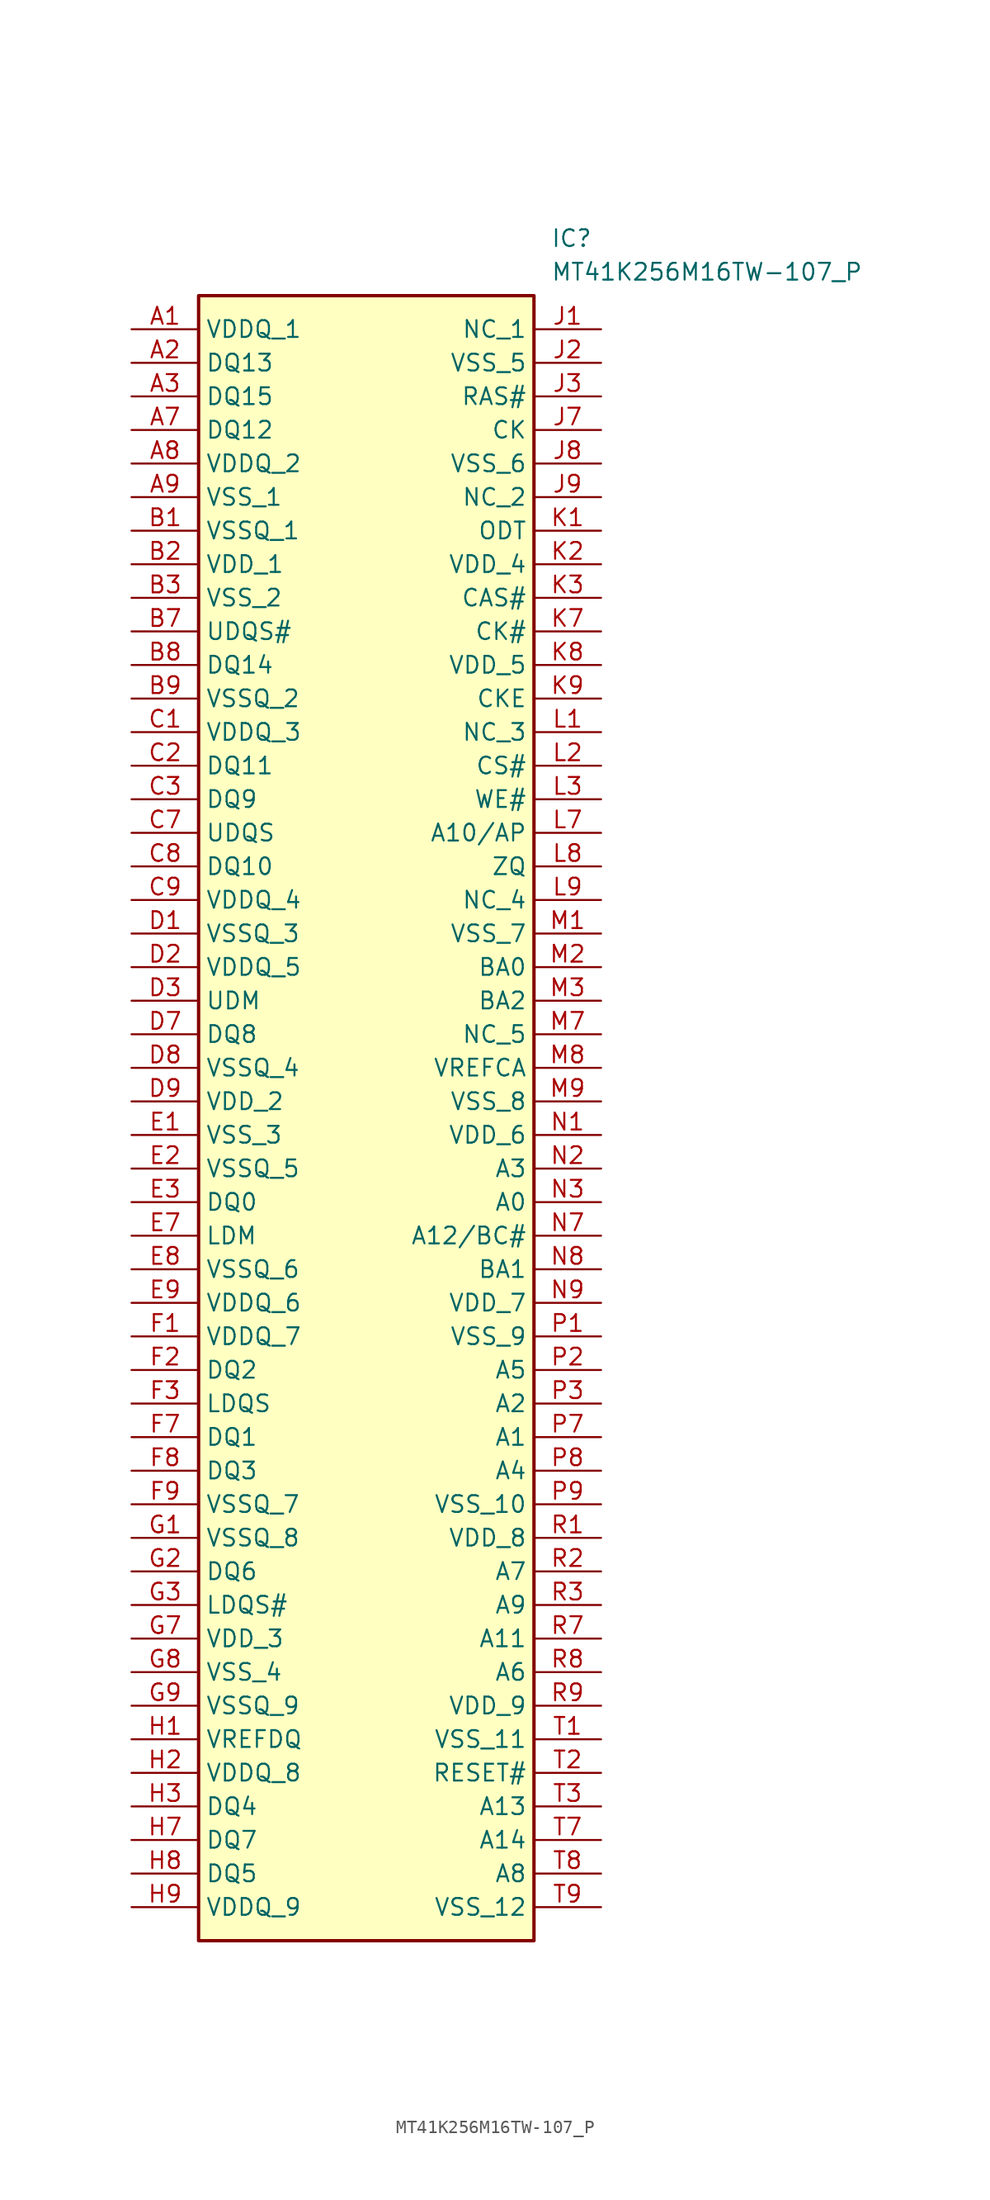
<source format=kicad_sym>
(kicad_symbol_lib
  (version 20211014)
  (generator SamacSys_ECAD_Model)
  (symbol "MT41K256M16TW-107_P"
    (property "Reference" "IC"
      (at 31.75 7.62 0)
      (effects (font (size 1.27 1.27)) (justify left top)))
    (property "Value" "MT41K256M16TW-107_P"
      (at 31.75 5.08 0)
      (effects (font (size 1.27 1.27)) (justify left top)))
    (rectangle
      (start 5.08 2.54)
      (end 30.48 -121.92)
      (stroke (width 0.254) (type default))
      (fill (type background)))
    (pin passive line
      (at 0 0 0)
      (length 5.08)
      (name "VDDQ_1" (effects (font (size 1.27 1.27))))
      (number "A1" (effects (font (size 1.27 1.27)))))
    (pin passive line
      (at 0 -2.54 0)
      (length 5.08)
      (name "DQ13" (effects (font (size 1.27 1.27))))
      (number "A2" (effects (font (size 1.27 1.27)))))
    (pin passive line
      (at 0 -5.08 0)
      (length 5.08)
      (name "DQ15" (effects (font (size 1.27 1.27))))
      (number "A3" (effects (font (size 1.27 1.27)))))
    (pin passive line
      (at 0 -7.62 0)
      (length 5.08)
      (name "DQ12" (effects (font (size 1.27 1.27))))
      (number "A7" (effects (font (size 1.27 1.27)))))
    (pin passive line
      (at 0 -10.16 0)
      (length 5.08)
      (name "VDDQ_2" (effects (font (size 1.27 1.27))))
      (number "A8" (effects (font (size 1.27 1.27)))))
    (pin passive line
      (at 0 -12.7 0)
      (length 5.08)
      (name "VSS_1" (effects (font (size 1.27 1.27))))
      (number "A9" (effects (font (size 1.27 1.27)))))
    (pin passive line
      (at 0 -15.24 0)
      (length 5.08)
      (name "VSSQ_1" (effects (font (size 1.27 1.27))))
      (number "B1" (effects (font (size 1.27 1.27)))))
    (pin passive line
      (at 0 -17.78 0)
      (length 5.08)
      (name "VDD_1" (effects (font (size 1.27 1.27))))
      (number "B2" (effects (font (size 1.27 1.27)))))
    (pin passive line
      (at 0 -20.32 0)
      (length 5.08)
      (name "VSS_2" (effects (font (size 1.27 1.27))))
      (number "B3" (effects (font (size 1.27 1.27)))))
    (pin passive line
      (at 0 -22.86 0)
      (length 5.08)
      (name "UDQS#" (effects (font (size 1.27 1.27))))
      (number "B7" (effects (font (size 1.27 1.27)))))
    (pin passive line
      (at 0 -25.4 0)
      (length 5.08)
      (name "DQ14" (effects (font (size 1.27 1.27))))
      (number "B8" (effects (font (size 1.27 1.27)))))
    (pin passive line
      (at 0 -27.94 0)
      (length 5.08)
      (name "VSSQ_2" (effects (font (size 1.27 1.27))))
      (number "B9" (effects (font (size 1.27 1.27)))))
    (pin passive line
      (at 0 -30.48 0)
      (length 5.08)
      (name "VDDQ_3" (effects (font (size 1.27 1.27))))
      (number "C1" (effects (font (size 1.27 1.27)))))
    (pin passive line
      (at 0 -33.02 0)
      (length 5.08)
      (name "DQ11" (effects (font (size 1.27 1.27))))
      (number "C2" (effects (font (size 1.27 1.27)))))
    (pin passive line
      (at 0 -35.56 0)
      (length 5.08)
      (name "DQ9" (effects (font (size 1.27 1.27))))
      (number "C3" (effects (font (size 1.27 1.27)))))
    (pin passive line
      (at 0 -38.1 0)
      (length 5.08)
      (name "UDQS" (effects (font (size 1.27 1.27))))
      (number "C7" (effects (font (size 1.27 1.27)))))
    (pin passive line
      (at 0 -40.64 0)
      (length 5.08)
      (name "DQ10" (effects (font (size 1.27 1.27))))
      (number "C8" (effects (font (size 1.27 1.27)))))
    (pin passive line
      (at 0 -43.18 0)
      (length 5.08)
      (name "VDDQ_4" (effects (font (size 1.27 1.27))))
      (number "C9" (effects (font (size 1.27 1.27)))))
    (pin passive line
      (at 0 -45.72 0)
      (length 5.08)
      (name "VSSQ_3" (effects (font (size 1.27 1.27))))
      (number "D1" (effects (font (size 1.27 1.27)))))
    (pin passive line
      (at 0 -48.26 0)
      (length 5.08)
      (name "VDDQ_5" (effects (font (size 1.27 1.27))))
      (number "D2" (effects (font (size 1.27 1.27)))))
    (pin passive line
      (at 0 -50.8 0)
      (length 5.08)
      (name "UDM" (effects (font (size 1.27 1.27))))
      (number "D3" (effects (font (size 1.27 1.27)))))
    (pin passive line
      (at 0 -53.34 0)
      (length 5.08)
      (name "DQ8" (effects (font (size 1.27 1.27))))
      (number "D7" (effects (font (size 1.27 1.27)))))
    (pin passive line
      (at 0 -55.88 0)
      (length 5.08)
      (name "VSSQ_4" (effects (font (size 1.27 1.27))))
      (number "D8" (effects (font (size 1.27 1.27)))))
    (pin passive line
      (at 0 -58.42 0)
      (length 5.08)
      (name "VDD_2" (effects (font (size 1.27 1.27))))
      (number "D9" (effects (font (size 1.27 1.27)))))
    (pin passive line
      (at 0 -60.96 0)
      (length 5.08)
      (name "VSS_3" (effects (font (size 1.27 1.27))))
      (number "E1" (effects (font (size 1.27 1.27)))))
    (pin passive line
      (at 0 -63.5 0)
      (length 5.08)
      (name "VSSQ_5" (effects (font (size 1.27 1.27))))
      (number "E2" (effects (font (size 1.27 1.27)))))
    (pin passive line
      (at 0 -66.04 0)
      (length 5.08)
      (name "DQ0" (effects (font (size 1.27 1.27))))
      (number "E3" (effects (font (size 1.27 1.27)))))
    (pin passive line
      (at 0 -68.58 0)
      (length 5.08)
      (name "LDM" (effects (font (size 1.27 1.27))))
      (number "E7" (effects (font (size 1.27 1.27)))))
    (pin passive line
      (at 0 -71.12 0)
      (length 5.08)
      (name "VSSQ_6" (effects (font (size 1.27 1.27))))
      (number "E8" (effects (font (size 1.27 1.27)))))
    (pin passive line
      (at 0 -73.66 0)
      (length 5.08)
      (name "VDDQ_6" (effects (font (size 1.27 1.27))))
      (number "E9" (effects (font (size 1.27 1.27)))))
    (pin passive line
      (at 0 -76.2 0)
      (length 5.08)
      (name "VDDQ_7" (effects (font (size 1.27 1.27))))
      (number "F1" (effects (font (size 1.27 1.27)))))
    (pin passive line
      (at 0 -78.74 0)
      (length 5.08)
      (name "DQ2" (effects (font (size 1.27 1.27))))
      (number "F2" (effects (font (size 1.27 1.27)))))
    (pin passive line
      (at 0 -81.28 0)
      (length 5.08)
      (name "LDQS" (effects (font (size 1.27 1.27))))
      (number "F3" (effects (font (size 1.27 1.27)))))
    (pin passive line
      (at 0 -83.82 0)
      (length 5.08)
      (name "DQ1" (effects (font (size 1.27 1.27))))
      (number "F7" (effects (font (size 1.27 1.27)))))
    (pin passive line
      (at 0 -86.36 0)
      (length 5.08)
      (name "DQ3" (effects (font (size 1.27 1.27))))
      (number "F8" (effects (font (size 1.27 1.27)))))
    (pin passive line
      (at 0 -88.9 0)
      (length 5.08)
      (name "VSSQ_7" (effects (font (size 1.27 1.27))))
      (number "F9" (effects (font (size 1.27 1.27)))))
    (pin passive line
      (at 0 -91.44 0)
      (length 5.08)
      (name "VSSQ_8" (effects (font (size 1.27 1.27))))
      (number "G1" (effects (font (size 1.27 1.27)))))
    (pin passive line
      (at 0 -93.98 0)
      (length 5.08)
      (name "DQ6" (effects (font (size 1.27 1.27))))
      (number "G2" (effects (font (size 1.27 1.27)))))
    (pin passive line
      (at 0 -96.52 0)
      (length 5.08)
      (name "LDQS#" (effects (font (size 1.27 1.27))))
      (number "G3" (effects (font (size 1.27 1.27)))))
    (pin passive line
      (at 0 -99.06 0)
      (length 5.08)
      (name "VDD_3" (effects (font (size 1.27 1.27))))
      (number "G7" (effects (font (size 1.27 1.27)))))
    (pin passive line
      (at 0 -101.6 0)
      (length 5.08)
      (name "VSS_4" (effects (font (size 1.27 1.27))))
      (number "G8" (effects (font (size 1.27 1.27)))))
    (pin passive line
      (at 0 -104.14 0)
      (length 5.08)
      (name "VSSQ_9" (effects (font (size 1.27 1.27))))
      (number "G9" (effects (font (size 1.27 1.27)))))
    (pin passive line
      (at 0 -106.68 0)
      (length 5.08)
      (name "VREFDQ" (effects (font (size 1.27 1.27))))
      (number "H1" (effects (font (size 1.27 1.27)))))
    (pin passive line
      (at 0 -109.22 0)
      (length 5.08)
      (name "VDDQ_8" (effects (font (size 1.27 1.27))))
      (number "H2" (effects (font (size 1.27 1.27)))))
    (pin passive line
      (at 0 -111.76 0)
      (length 5.08)
      (name "DQ4" (effects (font (size 1.27 1.27))))
      (number "H3" (effects (font (size 1.27 1.27)))))
    (pin passive line
      (at 0 -114.3 0)
      (length 5.08)
      (name "DQ7" (effects (font (size 1.27 1.27))))
      (number "H7" (effects (font (size 1.27 1.27)))))
    (pin passive line
      (at 0 -116.84 0)
      (length 5.08)
      (name "DQ5" (effects (font (size 1.27 1.27))))
      (number "H8" (effects (font (size 1.27 1.27)))))
    (pin passive line
      (at 0 -119.38 0)
      (length 5.08)
      (name "VDDQ_9" (effects (font (size 1.27 1.27))))
      (number "H9" (effects (font (size 1.27 1.27)))))
    (pin passive line
      (at 35.56 0 180)
      (length 5.08)
      (name "NC_1" (effects (font (size 1.27 1.27))))
      (number "J1" (effects (font (size 1.27 1.27)))))
    (pin passive line
      (at 35.56 -2.54 180)
      (length 5.08)
      (name "VSS_5" (effects (font (size 1.27 1.27))))
      (number "J2" (effects (font (size 1.27 1.27)))))
    (pin passive line
      (at 35.56 -5.08 180)
      (length 5.08)
      (name "RAS#" (effects (font (size 1.27 1.27))))
      (number "J3" (effects (font (size 1.27 1.27)))))
    (pin passive line
      (at 35.56 -7.62 180)
      (length 5.08)
      (name "CK" (effects (font (size 1.27 1.27))))
      (number "J7" (effects (font (size 1.27 1.27)))))
    (pin passive line
      (at 35.56 -10.16 180)
      (length 5.08)
      (name "VSS_6" (effects (font (size 1.27 1.27))))
      (number "J8" (effects (font (size 1.27 1.27)))))
    (pin passive line
      (at 35.56 -12.7 180)
      (length 5.08)
      (name "NC_2" (effects (font (size 1.27 1.27))))
      (number "J9" (effects (font (size 1.27 1.27)))))
    (pin passive line
      (at 35.56 -15.24 180)
      (length 5.08)
      (name "ODT" (effects (font (size 1.27 1.27))))
      (number "K1" (effects (font (size 1.27 1.27)))))
    (pin passive line
      (at 35.56 -17.78 180)
      (length 5.08)
      (name "VDD_4" (effects (font (size 1.27 1.27))))
      (number "K2" (effects (font (size 1.27 1.27)))))
    (pin passive line
      (at 35.56 -20.32 180)
      (length 5.08)
      (name "CAS#" (effects (font (size 1.27 1.27))))
      (number "K3" (effects (font (size 1.27 1.27)))))
    (pin passive line
      (at 35.56 -22.86 180)
      (length 5.08)
      (name "CK#" (effects (font (size 1.27 1.27))))
      (number "K7" (effects (font (size 1.27 1.27)))))
    (pin passive line
      (at 35.56 -25.4 180)
      (length 5.08)
      (name "VDD_5" (effects (font (size 1.27 1.27))))
      (number "K8" (effects (font (size 1.27 1.27)))))
    (pin passive line
      (at 35.56 -27.94 180)
      (length 5.08)
      (name "CKE" (effects (font (size 1.27 1.27))))
      (number "K9" (effects (font (size 1.27 1.27)))))
    (pin passive line
      (at 35.56 -30.48 180)
      (length 5.08)
      (name "NC_3" (effects (font (size 1.27 1.27))))
      (number "L1" (effects (font (size 1.27 1.27)))))
    (pin passive line
      (at 35.56 -33.02 180)
      (length 5.08)
      (name "CS#" (effects (font (size 1.27 1.27))))
      (number "L2" (effects (font (size 1.27 1.27)))))
    (pin passive line
      (at 35.56 -35.56 180)
      (length 5.08)
      (name "WE#" (effects (font (size 1.27 1.27))))
      (number "L3" (effects (font (size 1.27 1.27)))))
    (pin passive line
      (at 35.56 -38.1 180)
      (length 5.08)
      (name "A10/AP" (effects (font (size 1.27 1.27))))
      (number "L7" (effects (font (size 1.27 1.27)))))
    (pin passive line
      (at 35.56 -40.64 180)
      (length 5.08)
      (name "ZQ" (effects (font (size 1.27 1.27))))
      (number "L8" (effects (font (size 1.27 1.27)))))
    (pin passive line
      (at 35.56 -43.18 180)
      (length 5.08)
      (name "NC_4" (effects (font (size 1.27 1.27))))
      (number "L9" (effects (font (size 1.27 1.27)))))
    (pin passive line
      (at 35.56 -45.72 180)
      (length 5.08)
      (name "VSS_7" (effects (font (size 1.27 1.27))))
      (number "M1" (effects (font (size 1.27 1.27)))))
    (pin passive line
      (at 35.56 -48.26 180)
      (length 5.08)
      (name "BA0" (effects (font (size 1.27 1.27))))
      (number "M2" (effects (font (size 1.27 1.27)))))
    (pin passive line
      (at 35.56 -50.8 180)
      (length 5.08)
      (name "BA2" (effects (font (size 1.27 1.27))))
      (number "M3" (effects (font (size 1.27 1.27)))))
    (pin passive line
      (at 35.56 -53.34 180)
      (length 5.08)
      (name "NC_5" (effects (font (size 1.27 1.27))))
      (number "M7" (effects (font (size 1.27 1.27)))))
    (pin passive line
      (at 35.56 -55.88 180)
      (length 5.08)
      (name "VREFCA" (effects (font (size 1.27 1.27))))
      (number "M8" (effects (font (size 1.27 1.27)))))
    (pin passive line
      (at 35.56 -58.42 180)
      (length 5.08)
      (name "VSS_8" (effects (font (size 1.27 1.27))))
      (number "M9" (effects (font (size 1.27 1.27)))))
    (pin passive line
      (at 35.56 -60.96 180)
      (length 5.08)
      (name "VDD_6" (effects (font (size 1.27 1.27))))
      (number "N1" (effects (font (size 1.27 1.27)))))
    (pin passive line
      (at 35.56 -63.5 180)
      (length 5.08)
      (name "A3" (effects (font (size 1.27 1.27))))
      (number "N2" (effects (font (size 1.27 1.27)))))
    (pin passive line
      (at 35.56 -66.04 180)
      (length 5.08)
      (name "A0" (effects (font (size 1.27 1.27))))
      (number "N3" (effects (font (size 1.27 1.27)))))
    (pin passive line
      (at 35.56 -68.58 180)
      (length 5.08)
      (name "A12/BC#" (effects (font (size 1.27 1.27))))
      (number "N7" (effects (font (size 1.27 1.27)))))
    (pin passive line
      (at 35.56 -71.12 180)
      (length 5.08)
      (name "BA1" (effects (font (size 1.27 1.27))))
      (number "N8" (effects (font (size 1.27 1.27)))))
    (pin passive line
      (at 35.56 -73.66 180)
      (length 5.08)
      (name "VDD_7" (effects (font (size 1.27 1.27))))
      (number "N9" (effects (font (size 1.27 1.27)))))
    (pin passive line
      (at 35.56 -76.2 180)
      (length 5.08)
      (name "VSS_9" (effects (font (size 1.27 1.27))))
      (number "P1" (effects (font (size 1.27 1.27)))))
    (pin passive line
      (at 35.56 -78.74 180)
      (length 5.08)
      (name "A5" (effects (font (size 1.27 1.27))))
      (number "P2" (effects (font (size 1.27 1.27)))))
    (pin passive line
      (at 35.56 -81.28 180)
      (length 5.08)
      (name "A2" (effects (font (size 1.27 1.27))))
      (number "P3" (effects (font (size 1.27 1.27)))))
    (pin passive line
      (at 35.56 -83.82 180)
      (length 5.08)
      (name "A1" (effects (font (size 1.27 1.27))))
      (number "P7" (effects (font (size 1.27 1.27)))))
    (pin passive line
      (at 35.56 -86.36 180)
      (length 5.08)
      (name "A4" (effects (font (size 1.27 1.27))))
      (number "P8" (effects (font (size 1.27 1.27)))))
    (pin passive line
      (at 35.56 -88.9 180)
      (length 5.08)
      (name "VSS_10" (effects (font (size 1.27 1.27))))
      (number "P9" (effects (font (size 1.27 1.27)))))
    (pin passive line
      (at 35.56 -91.44 180)
      (length 5.08)
      (name "VDD_8" (effects (font (size 1.27 1.27))))
      (number "R1" (effects (font (size 1.27 1.27)))))
    (pin passive line
      (at 35.56 -93.98 180)
      (length 5.08)
      (name "A7" (effects (font (size 1.27 1.27))))
      (number "R2" (effects (font (size 1.27 1.27)))))
    (pin passive line
      (at 35.56 -96.52 180)
      (length 5.08)
      (name "A9" (effects (font (size 1.27 1.27))))
      (number "R3" (effects (font (size 1.27 1.27)))))
    (pin passive line
      (at 35.56 -99.06 180)
      (length 5.08)
      (name "A11" (effects (font (size 1.27 1.27))))
      (number "R7" (effects (font (size 1.27 1.27)))))
    (pin passive line
      (at 35.56 -101.6 180)
      (length 5.08)
      (name "A6" (effects (font (size 1.27 1.27))))
      (number "R8" (effects (font (size 1.27 1.27)))))
    (pin passive line
      (at 35.56 -104.14 180)
      (length 5.08)
      (name "VDD_9" (effects (font (size 1.27 1.27))))
      (number "R9" (effects (font (size 1.27 1.27)))))
    (pin passive line
      (at 35.56 -106.68 180)
      (length 5.08)
      (name "VSS_11" (effects (font (size 1.27 1.27))))
      (number "T1" (effects (font (size 1.27 1.27)))))
    (pin passive line
      (at 35.56 -109.22 180)
      (length 5.08)
      (name "RESET#" (effects (font (size 1.27 1.27))))
      (number "T2" (effects (font (size 1.27 1.27)))))
    (pin passive line
      (at 35.56 -111.76 180)
      (length 5.08)
      (name "A13" (effects (font (size 1.27 1.27))))
      (number "T3" (effects (font (size 1.27 1.27)))))
    (pin passive line
      (at 35.56 -114.3 180)
      (length 5.08)
      (name "A14" (effects (font (size 1.27 1.27))))
      (number "T7" (effects (font (size 1.27 1.27)))))
    (pin passive line
      (at 35.56 -116.84 180)
      (length 5.08)
      (name "A8" (effects (font (size 1.27 1.27))))
      (number "T8" (effects (font (size 1.27 1.27)))))
    (pin passive line
      (at 35.56 -119.38 180)
      (length 5.08)
      (name "VSS_12" (effects (font (size 1.27 1.27))))
      (number "T9" (effects (font (size 1.27 1.27)))))))
</source>
